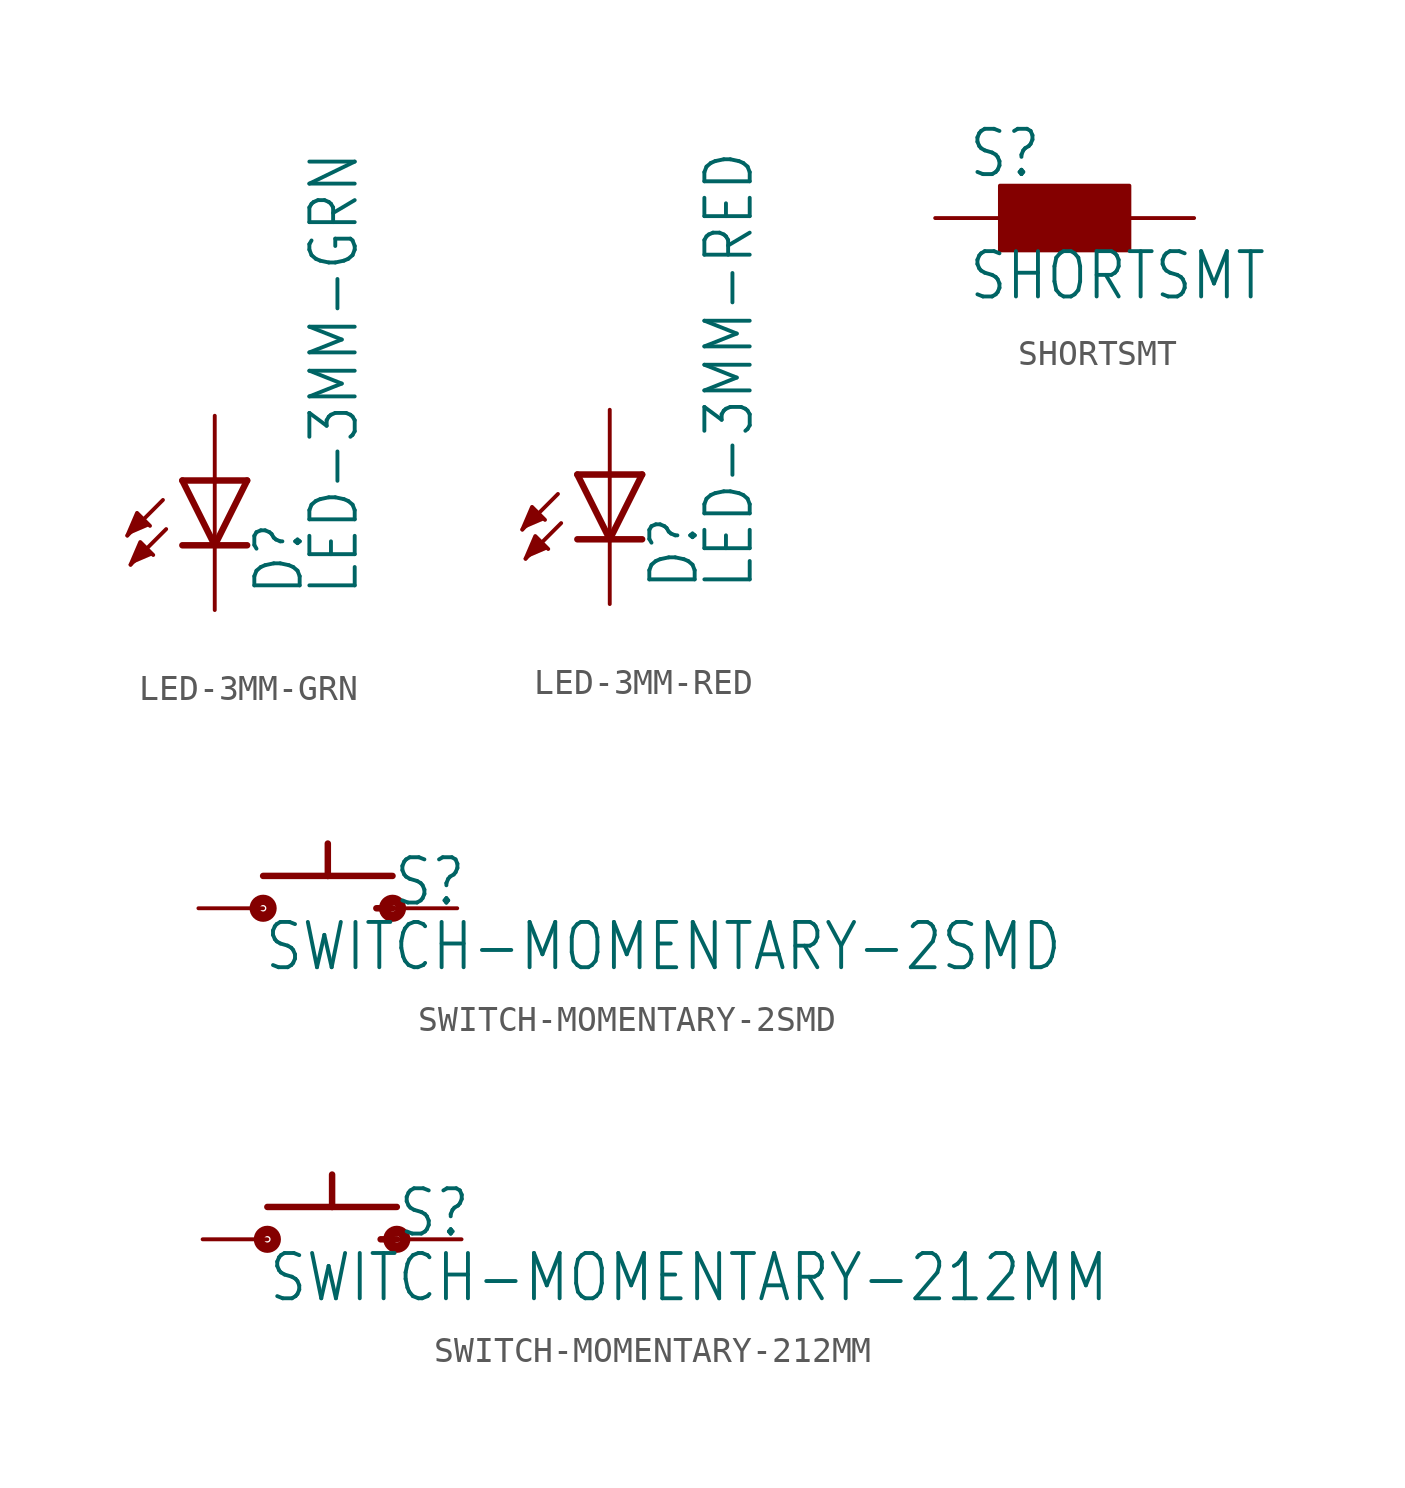
<source format=kicad_sym>
(kicad_symbol_lib
  (version 20211014)
  (generator kicad_symbol_editor)
  (symbol "LED-3MM-GRN"
    (property "Reference" "D"
      (at 3.556 -4.572 90)
      (effects (font (size 1.778 1.511)) (justify left bottom)))
    (property "Value" "LED-3MM-GRN"
      (at 5.715 -4.572 90)
      (effects (font (size 1.778 1.511)) (justify left bottom)))
    (property "ki_locked" ""
      (at 0 0 0)
      (effects (font (size 1.27 1.27))))
    (symbol "LED-3MM-GRN_1_0"
      (polyline (pts (xy -2.032 -0.762) (xy -3.429 -2.159)) (stroke (width 0.152) (type default) (color 0 0 0 0)) (fill (type none)))
      (polyline (pts (xy -1.905 -1.905) (xy -3.302 -3.302)) (stroke (width 0.152) (type default) (color 0 0 0 0)) (fill (type none)))
      (polyline (pts (xy 0 -2.54) (xy -1.27 -2.54)) (stroke (width 0.254) (type default) (color 0 0 0 0)) (fill (type none)))
      (polyline (pts (xy 0 -2.54) (xy -1.27 0)) (stroke (width 0.254) (type default) (color 0 0 0 0)) (fill (type none)))
      (polyline (pts (xy 0 0) (xy -1.27 0)) (stroke (width 0.254) (type default) (color 0 0 0 0)) (fill (type none)))
      (polyline (pts (xy 0 0) (xy 0 -2.54)) (stroke (width 0.152) (type default) (color 0 0 0 0)) (fill (type none)))
      (polyline (pts (xy 1.27 -2.54) (xy 0 -2.54)) (stroke (width 0.254) (type default) (color 0 0 0 0)) (fill (type none)))
      (polyline (pts (xy 1.27 0) (xy 0 -2.54)) (stroke (width 0.254) (type default) (color 0 0 0 0)) (fill (type none)))
      (polyline (pts (xy 1.27 0) (xy 0 0)) (stroke (width 0.254) (type default) (color 0 0 0 0)) (fill (type none)))
      (polyline (pts (xy -3.429 -2.159) (xy -3.048 -1.27) (xy -2.54 -1.778)) (stroke (width 0) (type default) (color 0 0 0 0)) (fill (type outline)))
      (polyline (pts (xy -3.302 -3.302) (xy -2.921 -2.413) (xy -2.413 -2.921)) (stroke (width 0) (type default) (color 0 0 0 0)) (fill (type outline)))
      (pin passive line (at 0 2.54 270) (length 2.54) (name "A" (effects (font (size 0 0)))) (number "A" (effects (font (size 0 0)))))
      (pin passive line (at 0 -5.08 90) (length 2.54) (name "C" (effects (font (size 0 0)))) (number "K" (effects (font (size 0 0)))))))
  (symbol "LED-3MM-RED"
    (property "Reference" "D"
      (at 3.556 -4.572 90)
      (effects (font (size 1.778 1.511)) (justify left bottom)))
    (property "Value" "LED-3MM-RED"
      (at 5.715 -4.572 90)
      (effects (font (size 1.778 1.511)) (justify left bottom)))
    (property "ki_locked" ""
      (at 0 0 0)
      (effects (font (size 1.27 1.27))))
    (symbol "LED-3MM-RED_1_0"
      (polyline (pts (xy -2.032 -0.762) (xy -3.429 -2.159)) (stroke (width 0.152) (type default) (color 0 0 0 0)) (fill (type none)))
      (polyline (pts (xy -1.905 -1.905) (xy -3.302 -3.302)) (stroke (width 0.152) (type default) (color 0 0 0 0)) (fill (type none)))
      (polyline (pts (xy 0 -2.54) (xy -1.27 -2.54)) (stroke (width 0.254) (type default) (color 0 0 0 0)) (fill (type none)))
      (polyline (pts (xy 0 -2.54) (xy -1.27 0)) (stroke (width 0.254) (type default) (color 0 0 0 0)) (fill (type none)))
      (polyline (pts (xy 0 0) (xy -1.27 0)) (stroke (width 0.254) (type default) (color 0 0 0 0)) (fill (type none)))
      (polyline (pts (xy 0 0) (xy 0 -2.54)) (stroke (width 0.152) (type default) (color 0 0 0 0)) (fill (type none)))
      (polyline (pts (xy 1.27 -2.54) (xy 0 -2.54)) (stroke (width 0.254) (type default) (color 0 0 0 0)) (fill (type none)))
      (polyline (pts (xy 1.27 0) (xy 0 -2.54)) (stroke (width 0.254) (type default) (color 0 0 0 0)) (fill (type none)))
      (polyline (pts (xy 1.27 0) (xy 0 0)) (stroke (width 0.254) (type default) (color 0 0 0 0)) (fill (type none)))
      (polyline (pts (xy -3.429 -2.159) (xy -3.048 -1.27) (xy -2.54 -1.778)) (stroke (width 0) (type default) (color 0 0 0 0)) (fill (type outline)))
      (polyline (pts (xy -3.302 -3.302) (xy -2.921 -2.413) (xy -2.413 -2.921)) (stroke (width 0) (type default) (color 0 0 0 0)) (fill (type outline)))
      (pin passive line (at 0 2.54 270) (length 2.54) (name "A" (effects (font (size 0 0)))) (number "A" (effects (font (size 0 0)))))
      (pin passive line (at 0 -5.08 90) (length 2.54) (name "C" (effects (font (size 0 0)))) (number "K" (effects (font (size 0 0)))))))
  (symbol "SHORTSMT"
    (property "Reference" "S"
      (at -3.81 1.499 0)
      (effects (font (size 1.778 1.511)) (justify left bottom)))
    (property "Value" "SHORTSMT"
      (at -3.81 -3.302 0)
      (effects (font (size 1.778 1.511)) (justify left bottom)))
    (property "ki_locked" ""
      (at 0 0 0)
      (effects (font (size 1.27 1.27))))
    (symbol "SHORTSMT_1_0"
      (rectangle (start -2.54 -1.27) (end 2.54 1.27) (stroke (width 0) (type default) (color 0 0 0 0)) (fill (type outline)))
      (text "S" (at -0.508 -0.508 0) (effects (font (size 1.27 1.079)) (justify left bottom)))
      (pin passive line (at -5.08 0 0) (length 2.54) (name "1" (effects (font (size 0 0)))) (number "1" (effects (font (size 0 0)))))
      (pin passive line (at 5.08 0 180) (length 2.54) (name "2" (effects (font (size 0 0)))) (number "2" (effects (font (size 0 0)))))))
  (symbol "SWITCH-MOMENTARY-2SMD"
    (property "Reference" "S"
      (at 2.54 0 0)
      (effects (font (size 1.778 1.511)) (justify left bottom)))
    (property "Value" "SWITCH-MOMENTARY-2SMD"
      (at -2.54 -2.54 0)
      (effects (font (size 1.778 1.511)) (justify left bottom)))
    (property "ki_locked" ""
      (at 0 0 0)
      (effects (font (size 1.27 1.27))))
    (symbol "SWITCH-MOMENTARY-2SMD_1_0"
      (circle (center -2.54 0) (radius 0.127) (stroke (width 0.406) (type default) (color 0 0 0 0)) (fill (type none)))
      (polyline (pts (xy -2.54 1.27) (xy 0 1.27)) (stroke (width 0.254) (type default) (color 0 0 0 0)) (fill (type none)))
      (polyline (pts (xy 0 1.27) (xy 0 2.54)) (stroke (width 0.254) (type default) (color 0 0 0 0)) (fill (type none)))
      (polyline (pts (xy 0 1.27) (xy 2.54 1.27)) (stroke (width 0.254) (type default) (color 0 0 0 0)) (fill (type none)))
      (polyline (pts (xy 1.905 0) (xy 2.54 0)) (stroke (width 0.254) (type default) (color 0 0 0 0)) (fill (type none)))
      (circle (center 2.54 0) (radius 0.127) (stroke (width 0.406) (type default) (color 0 0 0 0)) (fill (type none)))
      (pin passive line (at -5.08 0 0) (length 2.54) (name "1" (effects (font (size 0 0)))) (number "1" (effects (font (size 0 0)))))
      (pin passive line (at 5.08 0 180) (length 2.54) (name "2" (effects (font (size 0 0)))) (number "3" (effects (font (size 0 0)))))))
  (symbol "SWITCH-MOMENTARY-212MM"
    (property "Reference" "S"
      (at 2.54 0 0)
      (effects (font (size 1.778 1.511)) (justify left bottom)))
    (property "Value" "SWITCH-MOMENTARY-212MM"
      (at -2.54 -2.54 0)
      (effects (font (size 1.778 1.511)) (justify left bottom)))
    (property "ki_locked" ""
      (at 0 0 0)
      (effects (font (size 1.27 1.27))))
    (symbol "SWITCH-MOMENTARY-212MM_1_0"
      (circle (center -2.54 0) (radius 0.127) (stroke (width 0.406) (type default) (color 0 0 0 0)) (fill (type none)))
      (polyline (pts (xy -2.54 1.27) (xy 0 1.27)) (stroke (width 0.254) (type default) (color 0 0 0 0)) (fill (type none)))
      (polyline (pts (xy 0 1.27) (xy 0 2.54)) (stroke (width 0.254) (type default) (color 0 0 0 0)) (fill (type none)))
      (polyline (pts (xy 0 1.27) (xy 2.54 1.27)) (stroke (width 0.254) (type default) (color 0 0 0 0)) (fill (type none)))
      (polyline (pts (xy 1.905 0) (xy 2.54 0)) (stroke (width 0.254) (type default) (color 0 0 0 0)) (fill (type none)))
      (circle (center 2.54 0) (radius 0.127) (stroke (width 0.406) (type default) (color 0 0 0 0)) (fill (type none)))
      (pin passive line (at -5.08 0 0) (length 2.54) (name "1" (effects (font (size 0 0)))) (number "1" (effects (font (size 0 0)))))
      (pin passive line (at 5.08 0 180) (length 2.54) (name "2" (effects (font (size 0 0)))) (number "3" (effects (font (size 0 0))))))))
</source>
